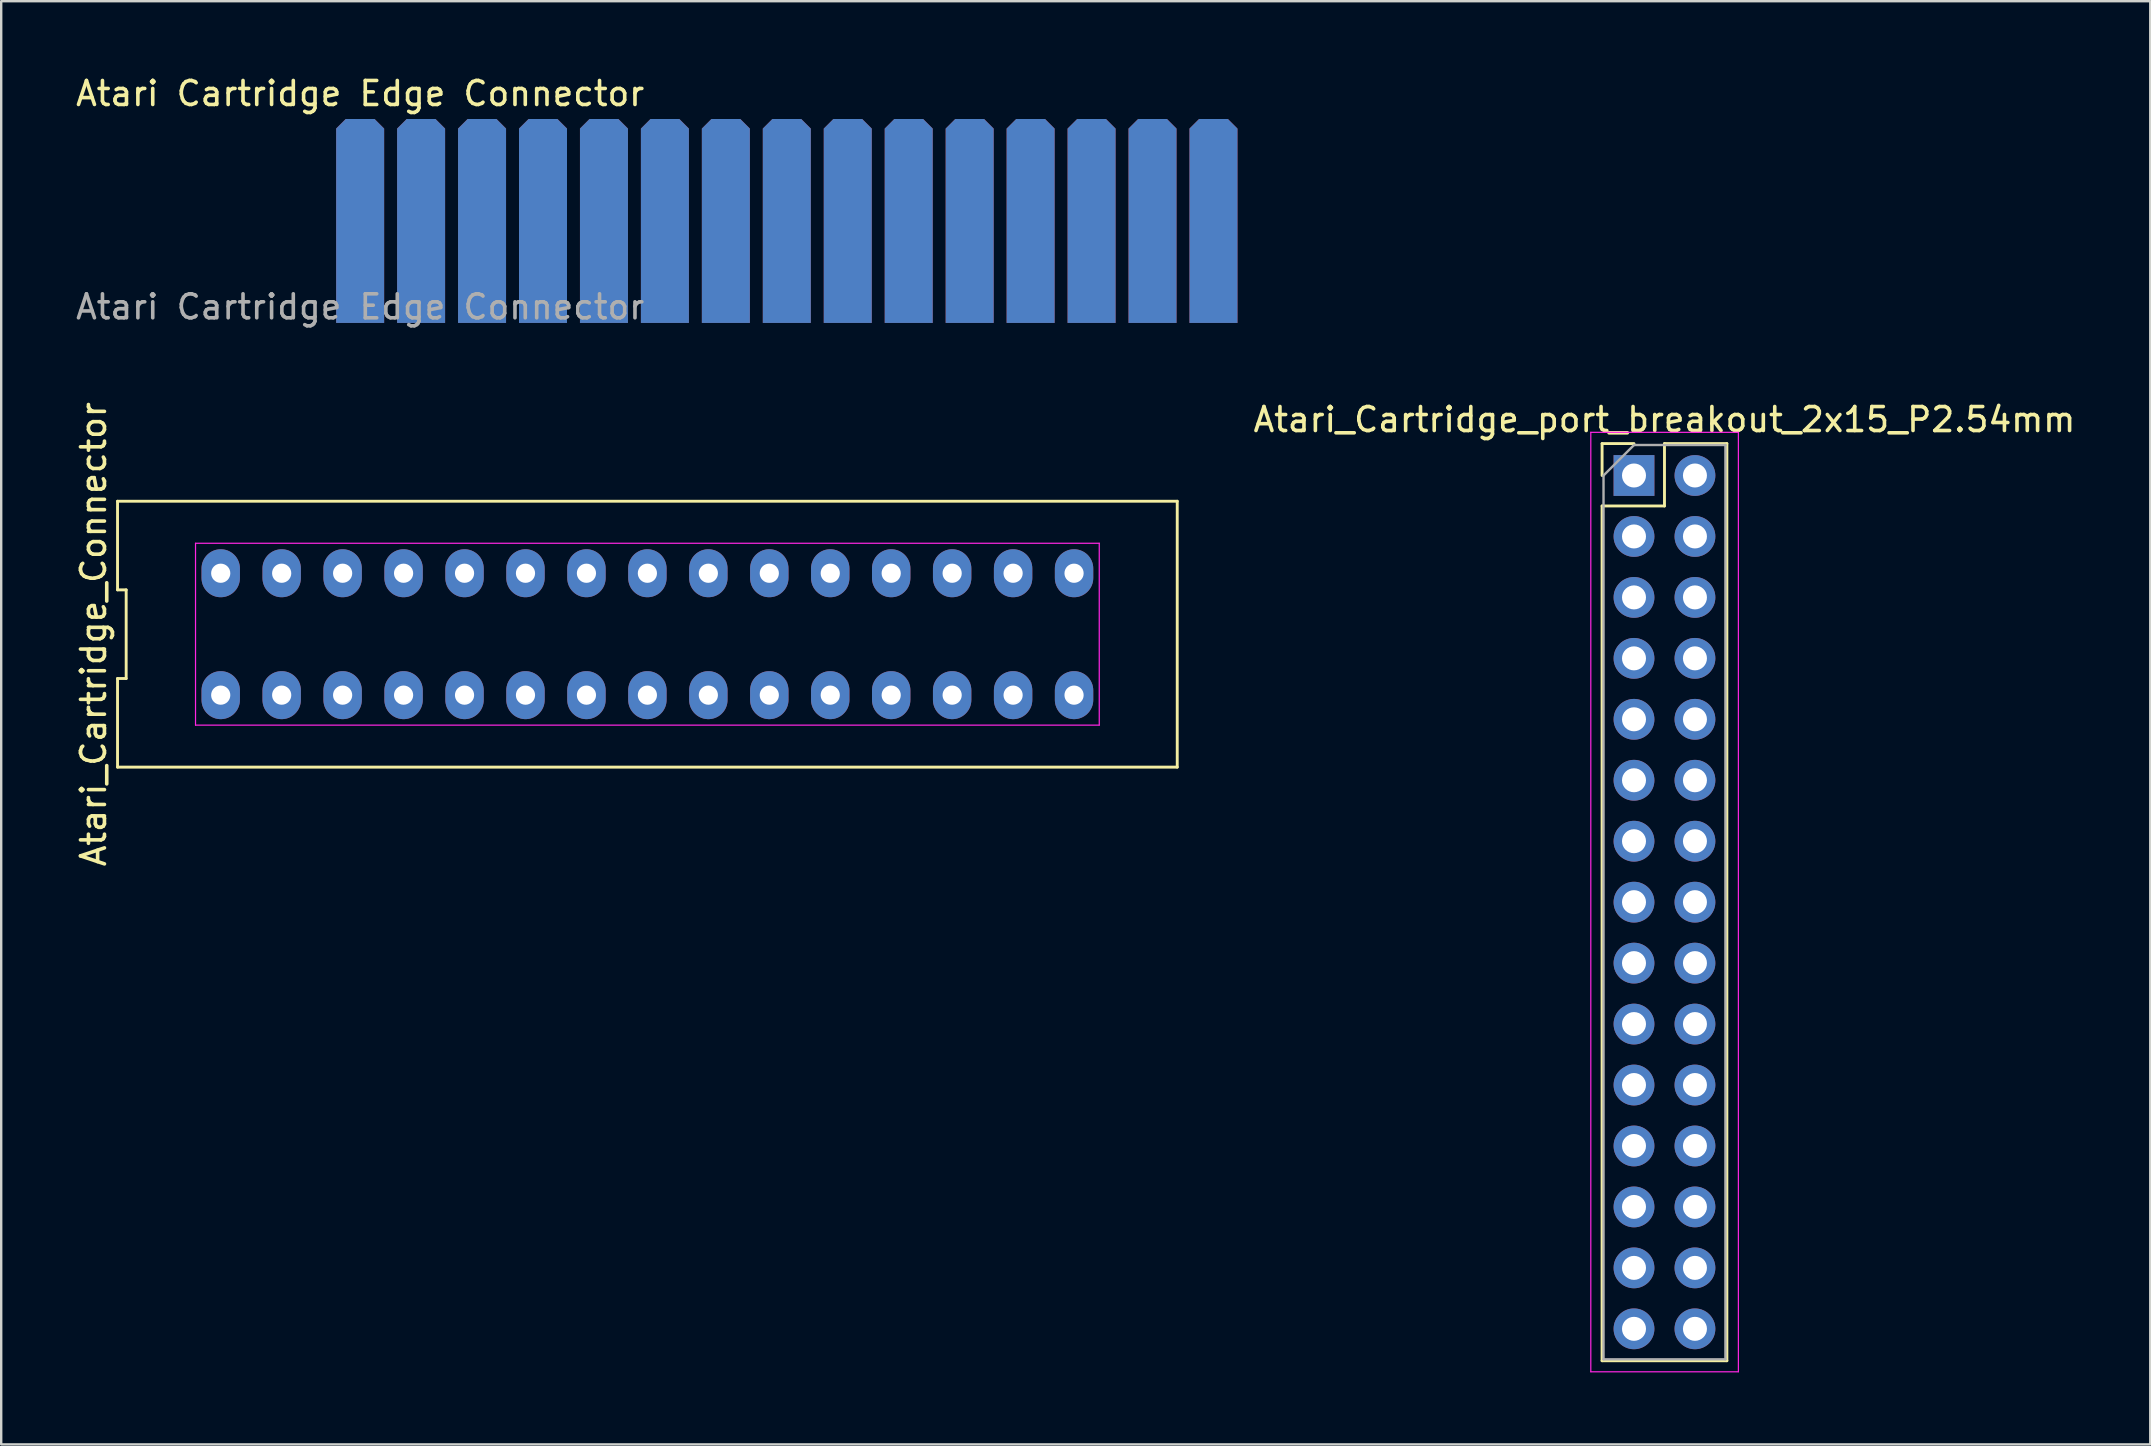
<source format=kicad_pcb>
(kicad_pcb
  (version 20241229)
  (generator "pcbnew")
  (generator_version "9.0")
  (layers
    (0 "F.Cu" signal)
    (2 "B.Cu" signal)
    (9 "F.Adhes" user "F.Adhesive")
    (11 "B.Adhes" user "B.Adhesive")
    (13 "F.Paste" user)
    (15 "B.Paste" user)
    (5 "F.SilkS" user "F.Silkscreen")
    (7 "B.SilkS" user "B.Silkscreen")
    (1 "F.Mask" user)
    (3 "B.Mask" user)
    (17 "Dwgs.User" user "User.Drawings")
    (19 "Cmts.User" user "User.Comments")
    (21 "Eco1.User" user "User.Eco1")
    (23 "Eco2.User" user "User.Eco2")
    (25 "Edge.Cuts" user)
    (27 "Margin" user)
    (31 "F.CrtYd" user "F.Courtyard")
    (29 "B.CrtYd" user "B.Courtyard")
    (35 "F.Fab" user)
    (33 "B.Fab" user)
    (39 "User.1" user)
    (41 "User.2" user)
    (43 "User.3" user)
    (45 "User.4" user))
  (footprint "Atari_Cartridge_Connector"
    (layer "F.Cu")
    (at 23.928 23.378)
    (property "Reference" "Atari_Cartridge_Connector" (at -23.08 0 90) (layer "F.SilkS") (effects (font (size 1 1) (thickness 0.15))))
    (attr through_hole)
    (fp_line (start -22.08 -5.54) (end -22.08 -1.847) (stroke (width 0.12) (type default)) (layer "F.SilkS"))
    (fp_line (start -22.08 -1.847) (end -21.72 -1.847) (stroke (width 0.12) (type default)) (layer "F.SilkS"))
    (fp_line (start -22.08 1.847) (end -22.08 5.54) (stroke (width 0.12) (type default)) (layer "F.SilkS"))
    (fp_line (start -22.08 5.54) (end 22.08 5.54) (stroke (width 0.12) (type default)) (layer "F.SilkS"))
    (fp_line (start -21.72 -1.847) (end -21.72 1.847) (stroke (width 0.12) (type default)) (layer "F.SilkS"))
    (fp_line (start -21.72 1.847) (end -22.08 1.847) (stroke (width 0.12) (type default)) (layer "F.SilkS"))
    (fp_line (start 22.08 -5.54) (end -22.08 -5.54) (stroke (width 0.12) (type default)) (layer "F.SilkS"))
    (fp_line (start 22.08 5.54) (end 22.08 -5.54) (stroke (width 0.12) (type default)) (layer "F.SilkS"))
    (fp_line (start -18.83 -3.79) (end 18.83 -3.79) (stroke (width 0.05) (type default)) (layer "F.CrtYd"))
    (fp_line (start -18.83 3.79) (end -18.83 -3.79) (stroke (width 0.05) (type default)) (layer "F.CrtYd"))
    (fp_line (start 18.83 -3.79) (end 18.83 3.79) (stroke (width 0.05) (type default)) (layer "F.CrtYd"))
    (fp_line (start 18.83 3.79) (end -18.83 3.79) (stroke (width 0.05) (type default)) (layer "F.CrtYd"))
    (pad "1" thru_hole oval (at -17.78 2.54) (size 1.6 2) (drill 0.8) (layers "*.Cu" "*.Mask"))
    (pad "2" thru_hole oval (at -15.24 2.54) (size 1.6 2) (drill 0.8) (layers "*.Cu" "*.Mask"))
    (pad "3" thru_hole oval (at -12.7 2.54) (size 1.6 2) (drill 0.8) (layers "*.Cu" "*.Mask"))
    (pad "4" thru_hole oval (at -10.16 2.54) (size 1.6 2) (drill 0.8) (layers "*.Cu" "*.Mask"))
    (pad "5" thru_hole oval (at -7.62 2.54) (size 1.6 2) (drill 0.8) (layers "*.Cu" "*.Mask"))
    (pad "6" thru_hole oval (at -5.08 2.54) (size 1.6 2) (drill 0.8) (layers "*.Cu" "*.Mask"))
    (pad "7" thru_hole oval (at -2.54 2.54) (size 1.6 2) (drill 0.8) (layers "*.Cu" "*.Mask"))
    (pad "8" thru_hole oval (at 0 2.54) (size 1.6 2) (drill 0.8) (layers "*.Cu" "*.Mask"))
    (pad "9" thru_hole oval (at 2.54 2.54) (size 1.6 2) (drill 0.8) (layers "*.Cu" "*.Mask"))
    (pad "10" thru_hole oval (at 5.08 2.54) (size 1.6 2) (drill 0.8) (layers "*.Cu" "*.Mask"))
    (pad "11" thru_hole oval (at 7.62 2.54) (size 1.6 2) (drill 0.8) (layers "*.Cu" "*.Mask"))
    (pad "12" thru_hole oval (at 10.16 2.54) (size 1.6 2) (drill 0.8) (layers "*.Cu" "*.Mask"))
    (pad "13" thru_hole oval (at 12.7 2.54) (size 1.6 2) (drill 0.8) (layers "*.Cu" "*.Mask"))
    (pad "14" thru_hole oval (at 15.24 2.54) (size 1.6 2) (drill 0.8) (layers "*.Cu" "*.Mask"))
    (pad "15" thru_hole oval (at 17.78 2.54) (size 1.6 2) (drill 0.8) (layers "*.Cu" "*.Mask"))
    (pad "A" thru_hole oval (at -17.78 -2.54) (size 1.6 2) (drill 0.8) (layers "*.Cu" "*.Mask"))
    (pad "B" thru_hole oval (at -15.24 -2.54) (size 1.6 2) (drill 0.8) (layers "*.Cu" "*.Mask"))
    (pad "C" thru_hole oval (at -12.7 -2.54) (size 1.6 2) (drill 0.8) (layers "*.Cu" "*.Mask"))
    (pad "D" thru_hole oval (at -10.16 -2.54) (size 1.6 2) (drill 0.8) (layers "*.Cu" "*.Mask"))
    (pad "E" thru_hole oval (at -7.62 -2.54) (size 1.6 2) (drill 0.8) (layers "*.Cu" "*.Mask"))
    (pad "F" thru_hole oval (at -5.08 -2.54) (size 1.6 2) (drill 0.8) (layers "*.Cu" "*.Mask"))
    (pad "H" thru_hole oval (at -2.54 -2.54) (size 1.6 2) (drill 0.8) (layers "*.Cu" "*.Mask"))
    (pad "J" thru_hole oval (at 0 -2.54) (size 1.6 2) (drill 0.8) (layers "*.Cu" "*.Mask"))
    (pad "K" thru_hole oval (at 2.54 -2.54) (size 1.6 2) (drill 0.8) (layers "*.Cu" "*.Mask"))
    (pad "L" thru_hole oval (at 5.08 -2.54) (size 1.6 2) (drill 0.8) (layers "*.Cu" "*.Mask"))
    (pad "M" thru_hole oval (at 7.62 -2.54) (size 1.6 2) (drill 0.8) (layers "*.Cu" "*.Mask"))
    (pad "N" thru_hole oval (at 10.16 -2.54) (size 1.6 2) (drill 0.8) (layers "*.Cu" "*.Mask"))
    (pad "P" thru_hole oval (at 12.7 -2.54) (size 1.6 2) (drill 0.8) (layers "*.Cu" "*.Mask"))
    (pad "R" thru_hole oval (at 15.24 -2.54) (size 1.6 2) (drill 0.8) (layers "*.Cu" "*.Mask"))
    (pad "S" thru_hole oval (at 17.78 -2.54) (size 1.6 2) (drill 0.8) (layers "*.Cu" "*.Mask")))
  (footprint "Atari_Cartridge_port_breakout_2x15_P2.54mm"
    (layer "F.Cu")
    (at 65.042 16.765)
    (property "Reference" "Atari_Cartridge_port_breakout_2x15_P2.54mm" (at 1.27 -2.33 0) (layer "F.SilkS") (effects (font (size 1 1) (thickness 0.15))))
    (attr through_hole)
    (fp_line (start -1.33 -1.33) (end 0 -1.33) (stroke (width 0.12) (type solid)) (layer "F.SilkS"))
    (fp_line (start -1.33 0) (end -1.33 -1.33) (stroke (width 0.12) (type solid)) (layer "F.SilkS"))
    (fp_line (start -1.33 1.27) (end -1.33 36.89) (stroke (width 0.12) (type solid)) (layer "F.SilkS"))
    (fp_line (start -1.33 1.27) (end 1.27 1.27) (stroke (width 0.12) (type solid)) (layer "F.SilkS"))
    (fp_line (start -1.33 36.89) (end 3.87 36.89) (stroke (width 0.12) (type solid)) (layer "F.SilkS"))
    (fp_line (start 1.27 -1.33) (end 3.87 -1.33) (stroke (width 0.12) (type solid)) (layer "F.SilkS"))
    (fp_line (start 1.27 1.27) (end 1.27 -1.33) (stroke (width 0.12) (type solid)) (layer "F.SilkS"))
    (fp_line (start 3.87 -1.33) (end 3.87 36.89) (stroke (width 0.12) (type solid)) (layer "F.SilkS"))
    (fp_line (start -1.8 -1.8) (end -1.8 37.35) (stroke (width 0.05) (type solid)) (layer "F.CrtYd"))
    (fp_line (start -1.8 37.35) (end 4.35 37.35) (stroke (width 0.05) (type solid)) (layer "F.CrtYd"))
    (fp_line (start 4.35 -1.8) (end -1.8 -1.8) (stroke (width 0.05) (type solid)) (layer "F.CrtYd"))
    (fp_line (start 4.35 37.35) (end 4.35 -1.8) (stroke (width 0.05) (type solid)) (layer "F.CrtYd"))
    (fp_line (start -1.27 0) (end 0 -1.27) (stroke (width 0.1) (type solid)) (layer "F.Fab"))
    (fp_line (start -1.27 36.83) (end -1.27 0) (stroke (width 0.1) (type solid)) (layer "F.Fab"))
    (fp_line (start 0 -1.27) (end 3.81 -1.27) (stroke (width 0.1) (type solid)) (layer "F.Fab"))
    (fp_line (start 3.81 -1.27) (end 3.81 36.83) (stroke (width 0.1) (type solid)) (layer "F.Fab"))
    (fp_line (start 3.81 36.83) (end -1.27 36.83) (stroke (width 0.1) (type solid)) (layer "F.Fab"))
    (pad "1" thru_hole rect (at 0 0) (size 1.7 1.7) (drill 1) (layers "*.Cu" "*.Mask"))
    (pad "2" thru_hole oval (at 0 2.54) (size 1.7 1.7) (drill 1) (layers "*.Cu" "*.Mask"))
    (pad "3" thru_hole oval (at 0 5.08) (size 1.7 1.7) (drill 1) (layers "*.Cu" "*.Mask"))
    (pad "4" thru_hole oval (at 0 7.62) (size 1.7 1.7) (drill 1) (layers "*.Cu" "*.Mask"))
    (pad "5" thru_hole oval (at 0 10.16) (size 1.7 1.7) (drill 1) (layers "*.Cu" "*.Mask"))
    (pad "6" thru_hole oval (at 0 12.7) (size 1.7 1.7) (drill 1) (layers "*.Cu" "*.Mask"))
    (pad "7" thru_hole oval (at 0 15.24) (size 1.7 1.7) (drill 1) (layers "*.Cu" "*.Mask"))
    (pad "8" thru_hole oval (at 0 17.78) (size 1.7 1.7) (drill 1) (layers "*.Cu" "*.Mask"))
    (pad "9" thru_hole oval (at 0 20.32) (size 1.7 1.7) (drill 1) (layers "*.Cu" "*.Mask"))
    (pad "10" thru_hole oval (at 0 22.86) (size 1.7 1.7) (drill 1) (layers "*.Cu" "*.Mask"))
    (pad "11" thru_hole oval (at 0 25.4) (size 1.7 1.7) (drill 1) (layers "*.Cu" "*.Mask"))
    (pad "12" thru_hole oval (at 0 27.94) (size 1.7 1.7) (drill 1) (layers "*.Cu" "*.Mask"))
    (pad "13" thru_hole oval (at 0 30.48) (size 1.7 1.7) (drill 1) (layers "*.Cu" "*.Mask"))
    (pad "14" thru_hole oval (at 0 33.02) (size 1.7 1.7) (drill 1) (layers "*.Cu" "*.Mask"))
    (pad "15" thru_hole oval (at 0 35.56) (size 1.7 1.7) (drill 1) (layers "*.Cu" "*.Mask"))
    (pad "A" thru_hole oval (at 2.54 0) (size 1.7 1.7) (drill 1) (layers "*.Cu" "*.Mask"))
    (pad "B" thru_hole oval (at 2.54 2.54) (size 1.7 1.7) (drill 1) (layers "*.Cu" "*.Mask"))
    (pad "C" thru_hole oval (at 2.54 5.08) (size 1.7 1.7) (drill 1) (layers "*.Cu" "*.Mask"))
    (pad "D" thru_hole oval (at 2.54 7.62) (size 1.7 1.7) (drill 1) (layers "*.Cu" "*.Mask"))
    (pad "E" thru_hole oval (at 2.54 10.16) (size 1.7 1.7) (drill 1) (layers "*.Cu" "*.Mask"))
    (pad "F" thru_hole oval (at 2.54 12.7) (size 1.7 1.7) (drill 1) (layers "*.Cu" "*.Mask"))
    (pad "H" thru_hole oval (at 2.54 15.24) (size 1.7 1.7) (drill 1) (layers "*.Cu" "*.Mask"))
    (pad "J" thru_hole oval (at 2.54 17.78) (size 1.7 1.7) (drill 1) (layers "*.Cu" "*.Mask"))
    (pad "K" thru_hole oval (at 2.54 20.32) (size 1.7 1.7) (drill 1) (layers "*.Cu" "*.Mask"))
    (pad "L" thru_hole oval (at 2.54 22.86) (size 1.7 1.7) (drill 1) (layers "*.Cu" "*.Mask"))
    (pad "M" thru_hole oval (at 2.54 25.4) (size 1.7 1.7) (drill 1) (layers "*.Cu" "*.Mask"))
    (pad "N" thru_hole oval (at 2.54 27.94) (size 1.7 1.7) (drill 1) (layers "*.Cu" "*.Mask"))
    (pad "P" thru_hole oval (at 2.54 30.48) (size 1.7 1.7) (drill 1) (layers "*.Cu" "*.Mask"))
    (pad "R" thru_hole oval (at 2.54 33.02) (size 1.7 1.7) (drill 1) (layers "*.Cu" "*.Mask"))
    (pad "S" thru_hole oval (at 2.54 35.56) (size 1.7 1.7) (drill 1) (layers "*.Cu" "*.Mask")))
  (footprint "Atari Cartridge Edge Connector"
    (layer "F.Cu")
    (at 11.958 4.658)
    (property "Reference" "Atari Cartridge Edge Connector" (at 0 -3.81 0) (unlocked yes) (layer "F.SilkS") (effects (font (size 1 1) (thickness 0.15))))
    (attr exclude_from_pos_files exclude_from_bom allow_missing_courtyard)
    (fp_text user "${REFERENCE}" (at 0 5.08 0) (unlocked yes) (layer "F.Fab") (effects (font (size 1 1) (thickness 0.15))))
    (pad "1" connect roundrect (at 0 1.5) (size 2 8.5) (layers "F.Cu" "F.Mask") (roundrect_rratio 0) (chamfer_ratio 0.2) (chamfer top_left top_right))
    (pad "2" connect roundrect (at 2.54 1.5) (size 2 8.5) (layers "F.Cu" "F.Mask") (roundrect_rratio 0) (chamfer_ratio 0.2) (chamfer top_left top_right))
    (pad "3" connect roundrect (at 5.08 1.5) (size 2 8.5) (layers "F.Cu" "F.Mask") (roundrect_rratio 0) (chamfer_ratio 0.2) (chamfer top_left top_right))
    (pad "4" connect roundrect (at 7.62 1.5) (size 2 8.5) (layers "F.Cu" "F.Mask") (roundrect_rratio 0) (chamfer_ratio 0.2) (chamfer top_left top_right))
    (pad "5" connect roundrect (at 10.16 1.5) (size 2 8.5) (layers "F.Cu" "F.Mask") (roundrect_rratio 0) (chamfer_ratio 0.2) (chamfer top_left top_right))
    (pad "6" connect roundrect (at 12.7 1.5) (size 2 8.5) (layers "F.Cu" "F.Mask") (roundrect_rratio 0) (chamfer_ratio 0.2) (chamfer top_left top_right))
    (pad "7" connect roundrect (at 15.24 1.5) (size 2 8.5) (layers "F.Cu" "F.Mask") (roundrect_rratio 0) (chamfer_ratio 0.2) (chamfer top_left top_right))
    (pad "8" connect roundrect (at 17.78 1.5) (size 2 8.5) (layers "F.Cu" "F.Mask") (roundrect_rratio 0) (chamfer_ratio 0.2) (chamfer top_left top_right))
    (pad "9" connect roundrect (at 20.32 1.5) (size 2 8.5) (layers "F.Cu" "F.Mask") (roundrect_rratio 0) (chamfer_ratio 0.2) (chamfer top_left top_right))
    (pad "10" connect roundrect (at 22.86 1.5) (size 2 8.5) (layers "F.Cu" "F.Mask") (roundrect_rratio 0) (chamfer_ratio 0.2) (chamfer top_left top_right))
    (pad "11" connect roundrect (at 25.4 1.5) (size 2 8.5) (layers "F.Cu" "F.Mask") (roundrect_rratio 0) (chamfer_ratio 0.2) (chamfer top_left top_right))
    (pad "12" connect roundrect (at 27.94 1.5) (size 2 8.5) (layers "F.Cu" "F.Mask") (roundrect_rratio 0) (chamfer_ratio 0.2) (chamfer top_left top_right))
    (pad "13" connect roundrect (at 30.48 1.5) (size 2 8.5) (layers "F.Cu" "F.Mask") (roundrect_rratio 0) (chamfer_ratio 0.2) (chamfer top_left top_right))
    (pad "14" connect roundrect (at 33.02 1.5) (size 2 8.5) (layers "F.Cu" "F.Mask") (roundrect_rratio 0) (chamfer_ratio 0.2) (chamfer top_left top_right))
    (pad "15" connect roundrect (at 35.56 1.5) (size 2 8.5) (layers "F.Cu" "F.Mask") (roundrect_rratio 0) (chamfer_ratio 0.2) (chamfer top_left top_right))
    (pad "A" connect roundrect (at 0 1.5) (size 2 8.5) (layers "B.Cu" "B.Mask") (roundrect_rratio 0) (chamfer_ratio 0.2) (chamfer top_left top_right))
    (pad "B" connect roundrect (at 2.54 1.5) (size 2 8.5) (layers "B.Cu" "B.Mask") (roundrect_rratio 0) (chamfer_ratio 0.2) (chamfer top_left top_right))
    (pad "C" connect roundrect (at 5.08 1.5) (size 2 8.5) (layers "B.Cu" "B.Mask") (roundrect_rratio 0) (chamfer_ratio 0.2) (chamfer top_left top_right))
    (pad "D" connect roundrect (at 7.62 1.5) (size 2 8.5) (layers "B.Cu" "B.Mask") (roundrect_rratio 0) (chamfer_ratio 0.2) (chamfer top_left top_right))
    (pad "E" connect roundrect (at 10.16 1.5) (size 2 8.5) (layers "B.Cu" "B.Mask") (roundrect_rratio 0) (chamfer_ratio 0.2) (chamfer top_left top_right))
    (pad "F" connect roundrect (at 12.7 1.5) (size 2 8.5) (layers "B.Cu" "B.Mask") (roundrect_rratio 0) (chamfer_ratio 0.2) (chamfer top_left top_right))
    (pad "H" connect roundrect (at 15.24 1.5) (size 2 8.5) (layers "B.Cu" "B.Mask") (roundrect_rratio 0) (chamfer_ratio 0.2) (chamfer top_left top_right))
    (pad "J" connect roundrect (at 17.78 1.5) (size 2 8.5) (layers "B.Cu" "B.Mask") (roundrect_rratio 0) (chamfer_ratio 0.2) (chamfer top_left top_right))
    (pad "K" connect roundrect (at 20.32 1.5) (size 2 8.5) (layers "B.Cu" "B.Mask") (roundrect_rratio 0) (chamfer_ratio 0.2) (chamfer top_left top_right))
    (pad "L" connect roundrect (at 22.86 1.5) (size 2 8.5) (layers "B.Cu" "B.Mask") (roundrect_rratio 0) (chamfer_ratio 0.2) (chamfer top_left top_right))
    (pad "M" connect roundrect (at 25.4 1.5) (size 2 8.5) (layers "B.Cu" "B.Mask") (roundrect_rratio 0) (chamfer_ratio 0.2) (chamfer top_left top_right))
    (pad "N" connect roundrect (at 27.94 1.5) (size 2 8.5) (layers "B.Cu" "B.Mask") (roundrect_rratio 0) (chamfer_ratio 0.2) (chamfer top_left top_right))
    (pad "P" connect roundrect (at 30.48 1.5) (size 2 8.5) (layers "B.Cu" "B.Mask") (roundrect_rratio 0) (chamfer_ratio 0.2) (chamfer top_left top_right))
    (pad "R" connect roundrect (at 33.02 1.5) (size 2 8.5) (layers "B.Cu" "B.Mask") (roundrect_rratio 0) (chamfer_ratio 0.2) (chamfer top_left top_right))
    (pad "S" connect roundrect (at 35.56 1.5) (size 2 8.5) (layers "B.Cu" "B.Mask") (roundrect_rratio 0) (chamfer_ratio 0.2) (chamfer top_left top_right)))
  (gr_rect
    (start -3 -3)
    (end 86.556 57.14)
    (stroke (width 0.1) (type default))
    (fill no)
    (layer "Edge.Cuts")))
</source>
